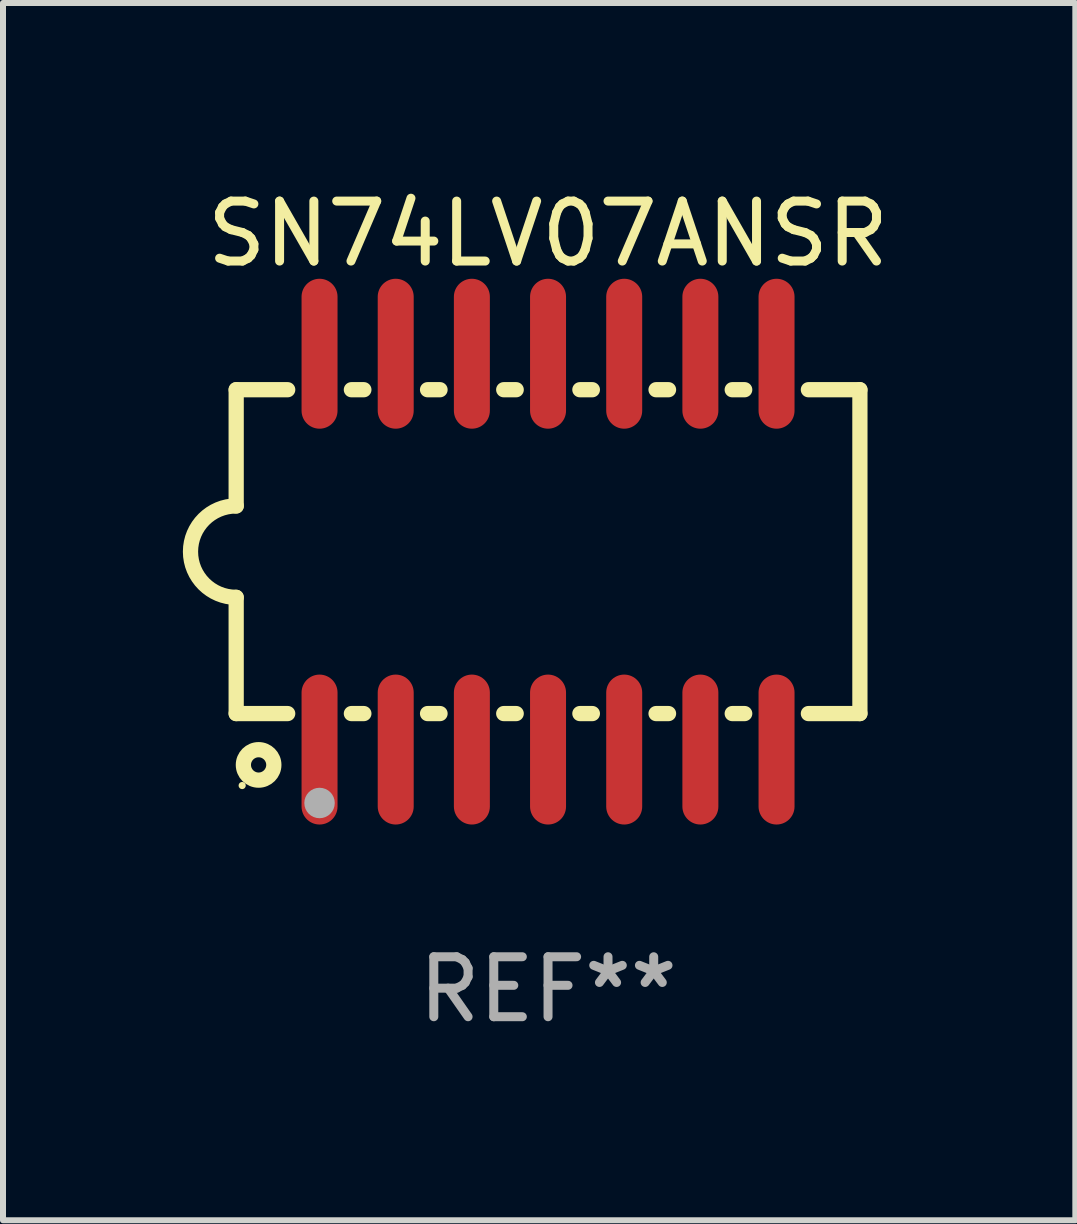
<source format=kicad_pcb>
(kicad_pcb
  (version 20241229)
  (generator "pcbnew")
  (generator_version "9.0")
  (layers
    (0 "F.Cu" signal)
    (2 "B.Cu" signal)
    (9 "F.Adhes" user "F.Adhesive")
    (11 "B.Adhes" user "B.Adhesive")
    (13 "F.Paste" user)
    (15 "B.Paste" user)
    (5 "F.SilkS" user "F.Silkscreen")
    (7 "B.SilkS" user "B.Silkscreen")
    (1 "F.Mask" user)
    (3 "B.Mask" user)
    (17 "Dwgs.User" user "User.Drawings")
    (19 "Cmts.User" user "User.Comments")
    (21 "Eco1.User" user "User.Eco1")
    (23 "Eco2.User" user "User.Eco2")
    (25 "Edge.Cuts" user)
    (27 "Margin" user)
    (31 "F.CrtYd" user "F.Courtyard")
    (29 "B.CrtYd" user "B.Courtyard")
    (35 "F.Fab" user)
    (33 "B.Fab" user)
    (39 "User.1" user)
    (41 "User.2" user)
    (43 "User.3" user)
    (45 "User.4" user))
  (footprint "SN74LV07ANSR"
    (layer "F.Cu")
    (at 6.088 6.148)
    (property "Reference" "SN74LV07ANSR" (at 0 -5.3 0) (layer "F.SilkS") (effects (font (size 1 1) (thickness 0.15))))
    (attr through_hole)
    (fp_line (start -5.2 -2.7) (end -5.2 -0.762) (stroke (width 0.254) (type solid)) (layer "F.SilkS"))
    (fp_line (start -5.2 -2.7) (end -4.341 -2.7) (stroke (width 0.254) (type solid)) (layer "F.SilkS"))
    (fp_line (start -5.2 2.7) (end -5.2 0.762) (stroke (width 0.254) (type solid)) (layer "F.SilkS"))
    (fp_line (start -4.341 2.7) (end -5.2 2.7) (stroke (width 0.254) (type solid)) (layer "F.SilkS"))
    (fp_line (start -3.279 -2.7) (end -3.071 -2.7) (stroke (width 0.254) (type solid)) (layer "F.SilkS"))
    (fp_line (start -3.071 2.7) (end -3.279 2.7) (stroke (width 0.254) (type solid)) (layer "F.SilkS"))
    (fp_line (start -2.009 -2.7) (end -1.801 -2.7) (stroke (width 0.254) (type solid)) (layer "F.SilkS"))
    (fp_line (start -1.801 2.7) (end -2.009 2.7) (stroke (width 0.254) (type solid)) (layer "F.SilkS"))
    (fp_line (start -0.739 -2.7) (end -0.531 -2.7) (stroke (width 0.254) (type solid)) (layer "F.SilkS"))
    (fp_line (start -0.531 2.7) (end -0.739 2.7) (stroke (width 0.254) (type solid)) (layer "F.SilkS"))
    (fp_line (start 0.531 -2.7) (end 0.739 -2.7) (stroke (width 0.254) (type solid)) (layer "F.SilkS"))
    (fp_line (start 0.739 2.7) (end 0.531 2.7) (stroke (width 0.254) (type solid)) (layer "F.SilkS"))
    (fp_line (start 1.801 -2.7) (end 2.009 -2.7) (stroke (width 0.254) (type solid)) (layer "F.SilkS"))
    (fp_line (start 2.009 2.7) (end 1.801 2.7) (stroke (width 0.254) (type solid)) (layer "F.SilkS"))
    (fp_line (start 3.071 -2.7) (end 3.279 -2.7) (stroke (width 0.254) (type solid)) (layer "F.SilkS"))
    (fp_line (start 3.279 2.7) (end 3.071 2.7) (stroke (width 0.254) (type solid)) (layer "F.SilkS"))
    (fp_line (start 4.341 -2.7) (end 5.2 -2.7) (stroke (width 0.254) (type solid)) (layer "F.SilkS"))
    (fp_line (start 5.2 2.7) (end 4.341 2.7) (stroke (width 0.254) (type solid)) (layer "F.SilkS"))
    (fp_line (start 5.2 2.7) (end 5.2 -2.7) (stroke (width 0.254) (type solid)) (layer "F.SilkS"))
    (fp_arc (start -5.2 0.762002) (mid -5.961393 -0.000305) (end -5.199391 -0.762002) (stroke (width 0.254001) (type solid)) (layer "F.SilkS"))
    (fp_circle (center -5.1 3.9) (end -5.07 3.9) (stroke (width 0.06) (type solid)) (fill no) (layer "F.SilkS"))
    (fp_circle (center -4.826 3.556) (end -4.572 3.556) (stroke (width 0.254) (type solid)) (fill no) (layer "F.SilkS"))
    (fp_circle (center -3.81 4.191) (end -3.683 4.191) (stroke (width 0.254) (type solid)) (fill no) (layer "F.Fab"))
    (fp_text user "REF**" (at 0 7.3 0) (layer "F.Fab") (effects (font (size 1 1) (thickness 0.15))))
    (pad "1" smd oval (at -3.81 3.3) (size 0.6 2.5) (layers "F.Cu" "F.Mask" "F.Paste"))
    (pad "2" smd oval (at -2.54 3.3) (size 0.6 2.5) (layers "F.Cu" "F.Mask" "F.Paste"))
    (pad "3" smd oval (at -1.27 3.3) (size 0.6 2.5) (layers "F.Cu" "F.Mask" "F.Paste"))
    (pad "4" smd oval (at 0 3.3) (size 0.6 2.5) (layers "F.Cu" "F.Mask" "F.Paste"))
    (pad "5" smd oval (at 1.27 3.3) (size 0.6 2.5) (layers "F.Cu" "F.Mask" "F.Paste"))
    (pad "6" smd oval (at 2.54 3.3) (size 0.6 2.5) (layers "F.Cu" "F.Mask" "F.Paste"))
    (pad "7" smd oval (at 3.81 3.3) (size 0.6 2.5) (layers "F.Cu" "F.Mask" "F.Paste"))
    (pad "8" smd oval (at 3.81 -3.3) (size 0.6 2.5) (layers "F.Cu" "F.Mask" "F.Paste"))
    (pad "9" smd oval (at 2.54 -3.3) (size 0.6 2.5) (layers "F.Cu" "F.Mask" "F.Paste"))
    (pad "10" smd oval (at 1.27 -3.3) (size 0.6 2.5) (layers "F.Cu" "F.Mask" "F.Paste"))
    (pad "11" smd oval (at 0 -3.3) (size 0.6 2.5) (layers "F.Cu" "F.Mask" "F.Paste"))
    (pad "12" smd oval (at -1.27 -3.3) (size 0.6 2.5) (layers "F.Cu" "F.Mask" "F.Paste"))
    (pad "13" smd oval (at -2.54 -3.3) (size 0.6 2.5) (layers "F.Cu" "F.Mask" "F.Paste"))
    (pad "14" smd oval (at -3.81 -3.3) (size 0.6 2.5) (layers "F.Cu" "F.Mask" "F.Paste")))
  (gr_rect
    (start -3 -3)
    (end 14.88 17.297)
    (stroke (width 0.1) (type default))
    (fill no)
    (layer "Edge.Cuts")))
</source>
